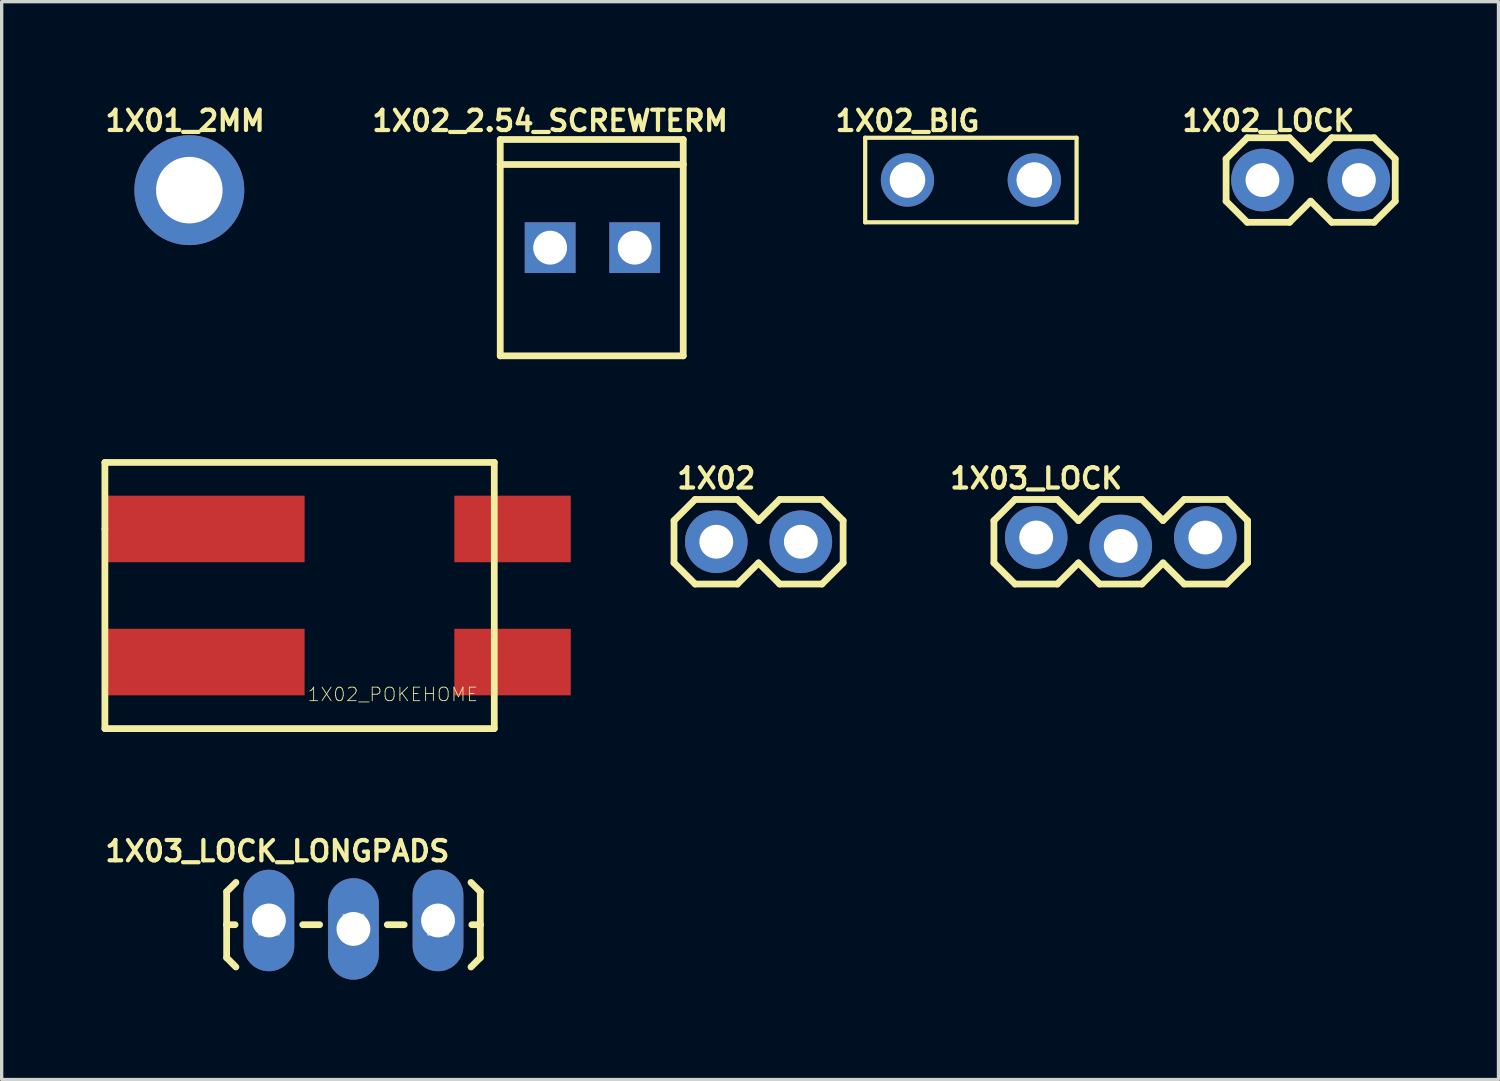
<source format=kicad_pcb>
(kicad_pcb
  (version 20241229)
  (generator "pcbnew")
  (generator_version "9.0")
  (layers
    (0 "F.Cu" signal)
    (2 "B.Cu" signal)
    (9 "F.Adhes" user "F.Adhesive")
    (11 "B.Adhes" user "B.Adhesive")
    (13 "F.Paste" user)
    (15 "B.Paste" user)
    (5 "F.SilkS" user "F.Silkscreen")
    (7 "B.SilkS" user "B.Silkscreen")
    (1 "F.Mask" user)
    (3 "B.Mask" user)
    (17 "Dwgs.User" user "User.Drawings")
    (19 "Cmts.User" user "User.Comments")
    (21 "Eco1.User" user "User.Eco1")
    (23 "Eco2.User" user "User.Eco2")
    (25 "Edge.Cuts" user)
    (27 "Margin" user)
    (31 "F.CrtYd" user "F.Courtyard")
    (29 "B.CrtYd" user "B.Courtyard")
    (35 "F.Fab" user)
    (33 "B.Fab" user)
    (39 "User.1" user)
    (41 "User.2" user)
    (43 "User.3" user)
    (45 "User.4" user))
  (footprint "1X02_POKEHOME"
    (layer "F.Cu")
    (at 7.099 14.839)
    (property "Reference" "1X02_POKEHOME" (at 1.651 2.972 0) (layer "F.SilkS") (effects (font (size 0.406 0.406) (thickness 0.025))))
    (attr smd)
    (fp_line (start -6.998 -3.998) (end 4.699 -3.998) (stroke (width 0.203) (type solid)) (layer "F.SilkS"))
    (fp_line (start -6.998 -1.999) (end -6.998 -3.998) (stroke (width 0.203) (type solid)) (layer "F.SilkS"))
    (fp_line (start -6.998 3.998) (end -6.998 -1.999) (stroke (width 0.203) (type solid)) (layer "F.SilkS"))
    (fp_line (start 4.699 -3.998) (end 4.699 3.998) (stroke (width 0.203) (type solid)) (layer "F.SilkS"))
    (fp_line (start 4.699 3.998) (end -6.998 3.998) (stroke (width 0.203) (type solid)) (layer "F.SilkS"))
    (pad "P1" smd rect (at 5.248 -1.999) (size 3.498 1.999) (layers "F.Cu" "F.Mask" "F.Paste"))
    (pad "P2" smd rect (at 5.248 1.999) (size 3.498 1.999) (layers "F.Cu" "F.Mask" "F.Paste"))
    (pad "P3" smd rect (at -3.998 -1.999) (size 5.999 1.999) (layers "F.Cu" "F.Mask" "F.Paste"))
    (pad "P4" smd rect (at -3.998 1.999) (size 5.999 1.999) (layers "F.Cu" "F.Mask" "F.Paste")))
  (footprint "1X02_LOCK"
    (layer "F.Cu")
    (at 35.052 2.358)
    (property "Reference" "1X02_LOCK" (at 0 -1.778 0) (layer "F.SilkS") (effects (font (size 0.61 0.61) (thickness 0.127))))
    (attr exclude_from_pos_files exclude_from_bom)
    (fp_line (start -1.27 -0.635) (end -1.27 0.635) (stroke (width 0.203) (type solid)) (layer "F.SilkS"))
    (fp_line (start -1.27 0.635) (end -0.635 1.27) (stroke (width 0.203) (type solid)) (layer "F.SilkS"))
    (fp_line (start -0.635 -1.27) (end -1.27 -0.635) (stroke (width 0.203) (type solid)) (layer "F.SilkS"))
    (fp_line (start -0.635 -1.27) (end 0.635 -1.27) (stroke (width 0.203) (type solid)) (layer "F.SilkS"))
    (fp_line (start 0.635 -1.27) (end 1.27 -0.635) (stroke (width 0.203) (type solid)) (layer "F.SilkS"))
    (fp_line (start 0.635 1.27) (end -0.635 1.27) (stroke (width 0.203) (type solid)) (layer "F.SilkS"))
    (fp_line (start 1.27 -0.635) (end 1.905 -1.27) (stroke (width 0.203) (type solid)) (layer "F.SilkS"))
    (fp_line (start 1.27 0.635) (end 0.635 1.27) (stroke (width 0.203) (type solid)) (layer "F.SilkS"))
    (fp_line (start 1.905 -1.27) (end 3.175 -1.27) (stroke (width 0.203) (type solid)) (layer "F.SilkS"))
    (fp_line (start 1.905 1.27) (end 1.27 0.635) (stroke (width 0.203) (type solid)) (layer "F.SilkS"))
    (fp_line (start 3.175 -1.27) (end 3.81 -0.635) (stroke (width 0.203) (type solid)) (layer "F.SilkS"))
    (fp_line (start 3.175 1.27) (end 1.905 1.27) (stroke (width 0.203) (type solid)) (layer "F.SilkS"))
    (fp_line (start 3.81 -0.635) (end 3.81 0.635) (stroke (width 0.203) (type solid)) (layer "F.SilkS"))
    (fp_line (start 3.81 0.635) (end 3.175 1.27) (stroke (width 0.203) (type solid)) (layer "F.SilkS"))
    (pad "1" thru_hole circle (at -0.178 0) (size 1.88 1.88) (drill 1.016) (layers "*.Cu" "*.Paste" "*.Mask"))
    (pad "2" thru_hole circle (at 2.718 0) (size 1.88 1.88) (drill 1.016) (layers "*.Cu" "*.Paste" "*.Mask")))
  (footprint "1X01_2MM"
    (layer "F.Cu")
    (at 2.637 2.662)
    (property "Reference" "1X01_2MM" (at -0.127 -2.083 0) (layer "F.SilkS") (effects (font (size 0.61 0.61) (thickness 0.127))))
    (attr exclude_from_pos_files exclude_from_bom)
    (pad "1" thru_hole circle (at 0 0) (size 3.302 3.302) (drill 1.999) (layers "*.Cu" "*.Paste" "*.Mask")))
  (footprint "1X02_BIG"
    (layer "F.Cu")
    (at 24.21 2.358)
    (property "Reference" "1X02_BIG" (at 0 -1.778 0) (layer "F.SilkS") (effects (font (size 0.61 0.61) (thickness 0.127))))
    (attr exclude_from_pos_files exclude_from_bom)
    (fp_line (start -1.27 -1.27) (end -1.27 1.27) (stroke (width 0.127) (type solid)) (layer "F.SilkS"))
    (fp_line (start -1.27 1.27) (end 5.08 1.27) (stroke (width 0.127) (type solid)) (layer "F.SilkS"))
    (fp_line (start 5.08 -1.27) (end -1.27 -1.27) (stroke (width 0.127) (type solid)) (layer "F.SilkS"))
    (fp_line (start 5.08 1.27) (end 5.08 -1.27) (stroke (width 0.127) (type solid)) (layer "F.SilkS"))
    (pad "P$1" thru_hole circle (at 0 0) (size 1.6 1.6) (drill 1.067) (layers "*.Cu" "*.Paste" "*.Mask"))
    (pad "P$2" thru_hole circle (at 3.81 0) (size 1.6 1.6) (drill 1.067) (layers "*.Cu" "*.Paste" "*.Mask")))
  (footprint "1X02"
    (layer "F.Cu")
    (at 18.467 13.224)
    (property "Reference" "1X02" (at 0 -1.905 0) (layer "F.SilkS") (effects (font (size 0.61 0.61) (thickness 0.127))))
    (attr exclude_from_pos_files exclude_from_bom)
    (fp_line (start -1.27 -0.635) (end -1.27 0.635) (stroke (width 0.203) (type solid)) (layer "F.SilkS"))
    (fp_line (start -1.27 0.635) (end -0.635 1.27) (stroke (width 0.203) (type solid)) (layer "F.SilkS"))
    (fp_line (start -0.635 -1.27) (end -1.27 -0.635) (stroke (width 0.203) (type solid)) (layer "F.SilkS"))
    (fp_line (start -0.635 -1.27) (end 0.635 -1.27) (stroke (width 0.203) (type solid)) (layer "F.SilkS"))
    (fp_line (start 0.635 -1.27) (end 1.27 -0.635) (stroke (width 0.203) (type solid)) (layer "F.SilkS"))
    (fp_line (start 0.635 1.27) (end -0.635 1.27) (stroke (width 0.203) (type solid)) (layer "F.SilkS"))
    (fp_line (start 1.27 -0.635) (end 1.905 -1.27) (stroke (width 0.203) (type solid)) (layer "F.SilkS"))
    (fp_line (start 1.27 0.635) (end 0.635 1.27) (stroke (width 0.203) (type solid)) (layer "F.SilkS"))
    (fp_line (start 1.905 -1.27) (end 3.175 -1.27) (stroke (width 0.203) (type solid)) (layer "F.SilkS"))
    (fp_line (start 1.905 1.27) (end 1.27 0.635) (stroke (width 0.203) (type solid)) (layer "F.SilkS"))
    (fp_line (start 3.175 -1.27) (end 3.81 -0.635) (stroke (width 0.203) (type solid)) (layer "F.SilkS"))
    (fp_line (start 3.175 1.27) (end 1.905 1.27) (stroke (width 0.203) (type solid)) (layer "F.SilkS"))
    (fp_line (start 3.81 -0.635) (end 3.81 0.635) (stroke (width 0.203) (type solid)) (layer "F.SilkS"))
    (fp_line (start 3.81 0.635) (end 3.175 1.27) (stroke (width 0.203) (type solid)) (layer "F.SilkS"))
    (pad "1" thru_hole circle (at 0 0) (size 1.88 1.88) (drill 1.016) (layers "*.Cu" "*.Paste" "*.Mask"))
    (pad "2" thru_hole circle (at 2.54 0) (size 1.88 1.88) (drill 1.016) (layers "*.Cu" "*.Paste" "*.Mask")))
  (footprint "1X02_2.54_SCREWTERM"
    (layer "F.Cu")
    (at 13.476 4.39)
    (property "Reference" "1X02_2.54_SCREWTERM" (at 0 -3.81 0) (layer "F.SilkS") (effects (font (size 0.61 0.61) (thickness 0.127))))
    (attr exclude_from_pos_files exclude_from_bom)
    (fp_line (start -1.499 -3.249) (end 3.998 -3.249) (stroke (width 0.203) (type solid)) (layer "F.SilkS"))
    (fp_line (start -1.499 -2.499) (end -1.499 -3.249) (stroke (width 0.203) (type solid)) (layer "F.SilkS"))
    (fp_line (start -1.499 -2.499) (end 3.998 -2.499) (stroke (width 0.203) (type solid)) (layer "F.SilkS"))
    (fp_line (start -1.499 3.249) (end -1.499 -2.499) (stroke (width 0.203) (type solid)) (layer "F.SilkS"))
    (fp_line (start 3.998 -3.249) (end 3.998 -2.499) (stroke (width 0.203) (type solid)) (layer "F.SilkS"))
    (fp_line (start 3.998 -2.499) (end 3.998 3.249) (stroke (width 0.203) (type solid)) (layer "F.SilkS"))
    (fp_line (start 3.998 3.249) (end -1.499 3.249) (stroke (width 0.203) (type solid)) (layer "F.SilkS"))
    (pad "P1" thru_hole rect (at 2.54 0) (size 1.524 1.524) (drill 1.016) (layers "*.Cu" "*.Paste" "*.Mask"))
    (pad "P2" thru_hole rect (at 0 0) (size 1.524 1.524) (drill 1.016) (layers "*.Cu" "*.Paste" "*.Mask")))
  (footprint "1X03_LOCK_LONGPADS"
    (layer "F.Cu")
    (at 5.028 24.601)
    (property "Reference" "1X03_LOCK_LONGPADS" (at 0.254 -2.083 0) (layer "F.SilkS") (effects (font (size 0.61 0.61) (thickness 0.127))))
    (attr exclude_from_pos_files exclude_from_bom)
    (fp_line (start -1.27 -0.864) (end -0.991 -1.143) (stroke (width 0.203) (type solid)) (layer "F.SilkS"))
    (fp_line (start -1.27 0.127) (end -1.27 -0.864) (stroke (width 0.203) (type solid)) (layer "F.SilkS"))
    (fp_line (start -1.27 0.127) (end -1.27 1.118) (stroke (width 0.203) (type solid)) (layer "F.SilkS"))
    (fp_line (start -1.27 0.127) (end -1.016 0.127) (stroke (width 0.203) (type solid)) (layer "F.SilkS"))
    (fp_line (start -1.27 1.118) (end -0.991 1.397) (stroke (width 0.203) (type solid)) (layer "F.SilkS"))
    (fp_line (start 1.524 0.127) (end 1.016 0.127) (stroke (width 0.203) (type solid)) (layer "F.SilkS"))
    (fp_line (start 4.064 0.127) (end 3.556 0.127) (stroke (width 0.203) (type solid)) (layer "F.SilkS"))
    (fp_line (start 6.35 -0.864) (end 6.071 -1.143) (stroke (width 0.203) (type solid)) (layer "F.SilkS"))
    (fp_line (start 6.35 0.127) (end 6.096 0.127) (stroke (width 0.203) (type solid)) (layer "F.SilkS"))
    (fp_line (start 6.35 0.127) (end 6.35 -0.864) (stroke (width 0.203) (type solid)) (layer "F.SilkS"))
    (fp_line (start 6.35 0.127) (end 6.35 1.118) (stroke (width 0.203) (type solid)) (layer "F.SilkS"))
    (fp_line (start 6.35 1.118) (end 6.071 1.397) (stroke (width 0.203) (type solid)) (layer "F.SilkS"))
    (fp_line (start -0.292 -0.165) (end 0.292 -0.165) (stroke (width 0.066) (type solid)) (layer "Dwgs.User"))
    (fp_line (start -0.292 0.419) (end -0.292 -0.165) (stroke (width 0.066) (type solid)) (layer "Dwgs.User"))
    (fp_line (start -0.292 0.419) (end 0.292 0.419) (stroke (width 0.066) (type solid)) (layer "Dwgs.User"))
    (fp_line (start 0.292 0.419) (end 0.292 -0.165) (stroke (width 0.066) (type solid)) (layer "Dwgs.User"))
    (fp_line (start 2.248 -0.165) (end 2.832 -0.165) (stroke (width 0.066) (type solid)) (layer "Dwgs.User"))
    (fp_line (start 2.248 0.419) (end 2.248 -0.165) (stroke (width 0.066) (type solid)) (layer "Dwgs.User"))
    (fp_line (start 2.248 0.419) (end 2.832 0.419) (stroke (width 0.066) (type solid)) (layer "Dwgs.User"))
    (fp_line (start 2.832 0.419) (end 2.832 -0.165) (stroke (width 0.066) (type solid)) (layer "Dwgs.User"))
    (fp_line (start 4.788 -0.165) (end 5.372 -0.165) (stroke (width 0.066) (type solid)) (layer "Dwgs.User"))
    (fp_line (start 4.788 0.419) (end 4.788 -0.165) (stroke (width 0.066) (type solid)) (layer "Dwgs.User"))
    (fp_line (start 4.788 0.419) (end 5.372 0.419) (stroke (width 0.066) (type solid)) (layer "Dwgs.User"))
    (fp_line (start 5.372 0.419) (end 5.372 -0.165) (stroke (width 0.066) (type solid)) (layer "Dwgs.User"))
    (pad "1" thru_hole oval (at 0 0 180) (size 1.524 3.048) (drill 1.016) (layers "*.Cu" "*.Paste" "*.Mask"))
    (pad "2" thru_hole oval (at 2.54 0.254 180) (size 1.524 3.048) (drill 1.016) (layers "*.Cu" "*.Paste" "*.Mask"))
    (pad "3" thru_hole oval (at 5.08 0 180) (size 1.524 3.048) (drill 1.016) (layers "*.Cu" "*.Paste" "*.Mask")))
  (footprint "1X03_LOCK"
    (layer "F.Cu")
    (at 28.077 13.224)
    (property "Reference" "1X03_LOCK" (at 0 -1.905 0) (layer "F.SilkS") (effects (font (size 0.61 0.61) (thickness 0.127))))
    (attr exclude_from_pos_files exclude_from_bom)
    (fp_line (start -1.27 -0.635) (end -1.27 0.635) (stroke (width 0.203) (type solid)) (layer "F.SilkS"))
    (fp_line (start -1.27 0.635) (end -0.635 1.27) (stroke (width 0.203) (type solid)) (layer "F.SilkS"))
    (fp_line (start -0.635 -1.27) (end -1.27 -0.635) (stroke (width 0.203) (type solid)) (layer "F.SilkS"))
    (fp_line (start -0.635 -1.27) (end 0.635 -1.27) (stroke (width 0.203) (type solid)) (layer "F.SilkS"))
    (fp_line (start 0.635 -1.27) (end 1.27 -0.635) (stroke (width 0.203) (type solid)) (layer "F.SilkS"))
    (fp_line (start 0.635 1.27) (end -0.635 1.27) (stroke (width 0.203) (type solid)) (layer "F.SilkS"))
    (fp_line (start 1.27 -0.635) (end 1.905 -1.27) (stroke (width 0.203) (type solid)) (layer "F.SilkS"))
    (fp_line (start 1.27 0.635) (end 0.635 1.27) (stroke (width 0.203) (type solid)) (layer "F.SilkS"))
    (fp_line (start 1.905 -1.27) (end 3.175 -1.27) (stroke (width 0.203) (type solid)) (layer "F.SilkS"))
    (fp_line (start 1.905 1.27) (end 1.27 0.635) (stroke (width 0.203) (type solid)) (layer "F.SilkS"))
    (fp_line (start 3.175 -1.27) (end 3.81 -0.635) (stroke (width 0.203) (type solid)) (layer "F.SilkS"))
    (fp_line (start 3.175 1.27) (end 1.905 1.27) (stroke (width 0.203) (type solid)) (layer "F.SilkS"))
    (fp_line (start 3.81 -0.635) (end 4.445 -1.27) (stroke (width 0.203) (type solid)) (layer "F.SilkS"))
    (fp_line (start 3.81 0.635) (end 3.175 1.27) (stroke (width 0.203) (type solid)) (layer "F.SilkS"))
    (fp_line (start 4.445 -1.27) (end 5.715 -1.27) (stroke (width 0.203) (type solid)) (layer "F.SilkS"))
    (fp_line (start 4.445 1.27) (end 3.81 0.635) (stroke (width 0.203) (type solid)) (layer "F.SilkS"))
    (fp_line (start 5.715 -1.27) (end 6.35 -0.635) (stroke (width 0.203) (type solid)) (layer "F.SilkS"))
    (fp_line (start 5.715 1.27) (end 4.445 1.27) (stroke (width 0.203) (type solid)) (layer "F.SilkS"))
    (fp_line (start 6.35 -0.635) (end 6.35 0.635) (stroke (width 0.203) (type solid)) (layer "F.SilkS"))
    (fp_line (start 6.35 0.635) (end 5.715 1.27) (stroke (width 0.203) (type solid)) (layer "F.SilkS"))
    (fp_line (start -0.254 -0.254) (end 0.254 -0.254) (stroke (width 0.066) (type solid)) (layer "Dwgs.User"))
    (fp_line (start -0.254 0.254) (end -0.254 -0.254) (stroke (width 0.066) (type solid)) (layer "Dwgs.User"))
    (fp_line (start -0.254 0.254) (end 0.254 0.254) (stroke (width 0.066) (type solid)) (layer "Dwgs.User"))
    (fp_line (start 0.254 0.254) (end 0.254 -0.254) (stroke (width 0.066) (type solid)) (layer "Dwgs.User"))
    (fp_line (start 2.286 -0.254) (end 2.794 -0.254) (stroke (width 0.066) (type solid)) (layer "Dwgs.User"))
    (fp_line (start 2.286 0.254) (end 2.286 -0.254) (stroke (width 0.066) (type solid)) (layer "Dwgs.User"))
    (fp_line (start 2.286 0.254) (end 2.794 0.254) (stroke (width 0.066) (type solid)) (layer "Dwgs.User"))
    (fp_line (start 2.794 0.254) (end 2.794 -0.254) (stroke (width 0.066) (type solid)) (layer "Dwgs.User"))
    (fp_line (start 4.826 -0.254) (end 5.334 -0.254) (stroke (width 0.066) (type solid)) (layer "Dwgs.User"))
    (fp_line (start 4.826 0.254) (end 4.826 -0.254) (stroke (width 0.066) (type solid)) (layer "Dwgs.User"))
    (fp_line (start 4.826 0.254) (end 5.334 0.254) (stroke (width 0.066) (type solid)) (layer "Dwgs.User"))
    (fp_line (start 5.334 0.254) (end 5.334 -0.254) (stroke (width 0.066) (type solid)) (layer "Dwgs.User"))
    (pad "1" thru_hole circle (at 0 -0.127) (size 1.88 1.88) (drill 1.016) (layers "*.Cu" "*.Paste" "*.Mask"))
    (pad "2" thru_hole circle (at 2.54 0.127) (size 1.88 1.88) (drill 1.016) (layers "*.Cu" "*.Paste" "*.Mask"))
    (pad "3" thru_hole circle (at 5.08 -0.127) (size 1.88 1.88) (drill 1.016) (layers "*.Cu" "*.Paste" "*.Mask")))
  (gr_rect
    (start -3 -3)
    (end 41.964 29.379)
    (stroke (width 0.1) (type default))
    (fill no)
    (layer "Edge.Cuts")))
</source>
